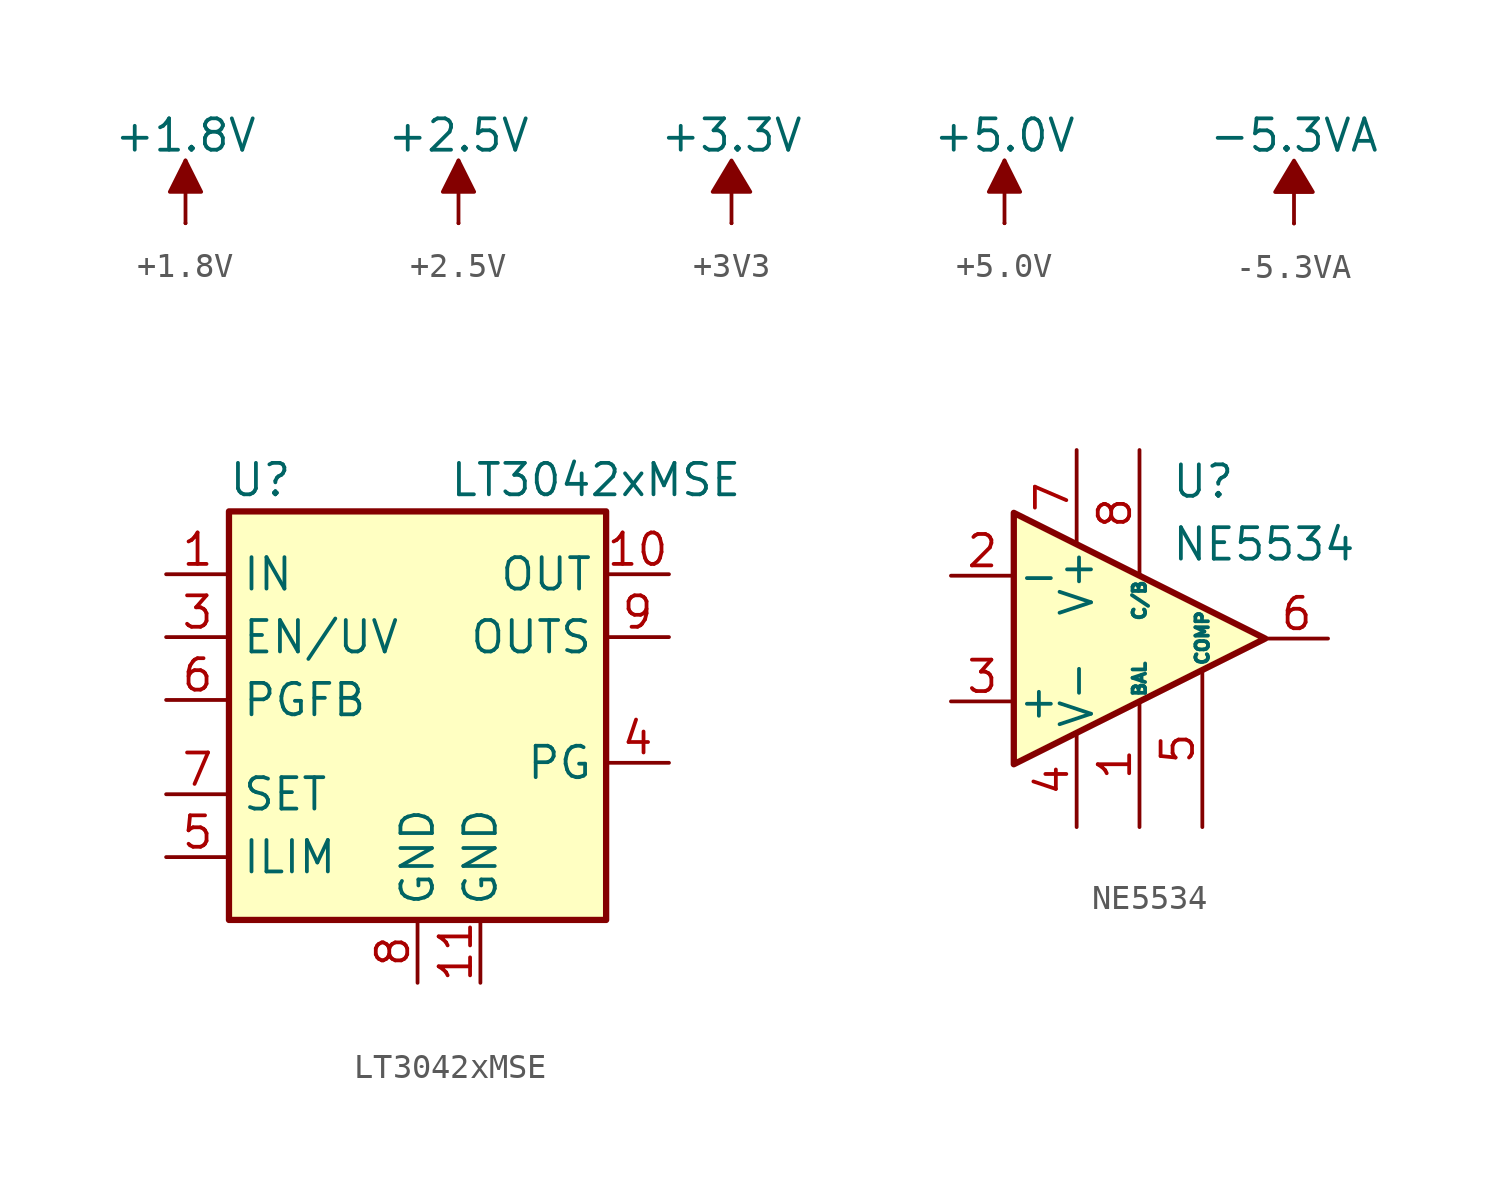
<source format=kicad_sym>
(kicad_symbol_lib
  (version 20241209)
  (generator "kicad_symbol_editor")
  (generator_version "9.0")
  (symbol "+1.8V"
    (power)
    (pin_numbers
      (hide yes))
    (pin_names
      (offset 0)
      (hide yes))
    (property "Reference" "#PWR"
      (at 0 -3.81 0)
      (effects (font (size 1.27 1.27)) (hide yes)))
    (property "Value" "+1.8V"
      (at 0 3.556 0)
      (effects (font (size 1.27 1.27))))
    (symbol "+1.8V_0_1"
      (polyline (pts (xy 0 0) (xy 0 2.54)) (stroke (width 0) (type default)) (fill (type none))))
    (symbol "+1.8V_1_1"
      (polyline (pts (xy -0.635 1.27) (xy 0.635 1.27) (xy 0 2.54) (xy -0.635 1.27)) (stroke (width 0) (type solid) (color 132 0 0 1)) (fill (type color) (color 132 0 0 1)))
      (pin power_in line (at 0 0 90) (length 0) (name "~" (effects (font (size 1.27 1.27)))) (number "1" (effects (font (size 1.27 1.27)))))))
  (symbol "+2.5V"
    (power)
    (pin_numbers
      (hide yes))
    (pin_names
      (offset 0)
      (hide yes))
    (property "Reference" "#PWR"
      (at 0 -3.81 0)
      (effects (font (size 1.27 1.27)) (hide yes)))
    (property "Value" "+2.5V"
      (at 0 3.556 0)
      (effects (font (size 1.27 1.27))))
    (symbol "+2.5V_0_1"
      (polyline (pts (xy 0 0) (xy 0 2.54)) (stroke (width 0) (type default)) (fill (type none))))
    (symbol "+2.5V_1_1"
      (polyline (pts (xy -0.635 1.27) (xy 0.635 1.27) (xy 0 2.54) (xy -0.635 1.27)) (stroke (width 0) (type solid) (color 132 0 0 1)) (fill (type color) (color 132 0 0 1)))
      (pin power_in line (at 0 0 90) (length 0) (name "~" (effects (font (size 1.27 1.27)))) (number "1" (effects (font (size 1.27 1.27)))))))
  (symbol "+3V3"
    (power)
    (pin_numbers
      (hide yes))
    (pin_names
      (offset 0)
      (hide yes))
    (property "Reference" "#PWR"
      (at 0 -3.81 0)
      (effects (font (size 1.27 1.27)) (hide yes)))
    (property "Value" "+3.3V"
      (at 0 3.556 0)
      (effects (font (size 1.27 1.27))))
    (symbol "+3V3_0_0"
      (pin power_in line (at 0 0 90) (length 0) (name "~" (effects (font (size 1.27 1.27)))) (number "1" (effects (font (size 1.27 1.27))))))
    (symbol "+3V3_0_1"
      (polyline (pts (xy 0 0) (xy 0 1.27) (xy 0.762 1.27) (xy 0 2.54) (xy -0.762 1.27) (xy 0 1.27)) (stroke (width 0) (type default)) (fill (type outline)))))
  (symbol "+5.0V"
    (power)
    (pin_numbers
      (hide yes))
    (pin_names
      (offset 0)
      (hide yes))
    (property "Reference" "#PWR"
      (at 0 -3.81 0)
      (effects (font (size 1.27 1.27)) (hide yes)))
    (property "Value" "+5.0V"
      (at 0 3.556 0)
      (effects (font (size 1.27 1.27))))
    (symbol "+5.0V_0_1"
      (polyline (pts (xy 0 0) (xy 0 2.54)) (stroke (width 0) (type default)) (fill (type none))))
    (symbol "+5.0V_1_1"
      (polyline (pts (xy -0.635 1.27) (xy 0.635 1.27) (xy 0 2.54) (xy -0.635 1.27)) (stroke (width 0) (type solid) (color 132 0 0 1)) (fill (type color) (color 132 0 0 1)))
      (pin power_in line (at 0 0 90) (length 0) (name "~" (effects (font (size 1.27 1.27)))) (number "1" (effects (font (size 1.27 1.27)))))))
  (symbol "-5.3VA"
    (power)
    (pin_numbers
      (hide yes))
    (pin_names
      (offset 0)
      (hide yes))
    (property "Reference" "#PWR"
      (at 0 -3.81 0)
      (effects (font (size 1.27 1.27)) (hide yes)))
    (property "Value" "-5.3VA"
      (at 0 3.556 0)
      (effects (font (size 1.27 1.27))))
    (symbol "-5.3VA_0_1"
      (polyline (pts (xy 0 0) (xy 0 1.27) (xy 0.762 1.27) (xy 0 2.54) (xy -0.762 1.27) (xy 0 1.27)) (stroke (width 0) (type default)) (fill (type outline))))
    (symbol "-5.3VA_1_1"
      (pin power_in line (at 0 0 90) (length 0) (name "~" (effects (font (size 1.27 1.27)))) (number "1" (effects (font (size 1.27 1.27)))))))
  (symbol "LT3042xMSE"
    (property "Reference" "U"
      (at -6.35 6.35 0)
      (effects (font (size 1.27 1.27))))
    (property "Value" "LT3042xMSE"
      (at 1.27 6.35 0)
      (effects (font (size 1.27 1.27)) (justify left)))
    (symbol "LT3042xMSE_0_1"
      (rectangle (start -7.62 5.08) (end 7.62 -11.43) (stroke (width 0.254) (type default)) (fill (type background))))
    (symbol "LT3042xMSE_1_1"
      (pin power_in line (at -10.16 2.54 0) (length 2.54) (name "IN" (effects (font (size 1.27 1.27)))) (number "1" (effects (font (size 1.27 1.27)))))
      (pin passive line (at -10.16 2.54 0) (length 2.54) (hide yes) (name "IN" (effects (font (size 1.27 1.27)))) (number "2" (effects (font (size 1.27 1.27)))))
      (pin input line (at -10.16 0 0) (length 2.54) (name "EN/UV" (effects (font (size 1.27 1.27)))) (number "3" (effects (font (size 1.27 1.27)))))
      (pin input line (at -10.16 -2.54 0) (length 2.54) (name "PGFB" (effects (font (size 1.27 1.27)))) (number "6" (effects (font (size 1.27 1.27)))))
      (pin passive line (at -10.16 -6.35 0) (length 2.54) (name "SET" (effects (font (size 1.27 1.27)))) (number "7" (effects (font (size 1.27 1.27)))))
      (pin passive line (at -10.16 -8.89 0) (length 2.54) (name "ILIM" (effects (font (size 1.27 1.27)))) (number "5" (effects (font (size 1.27 1.27)))))
      (pin power_in line (at 0 -13.97 90) (length 2.54) (name "GND" (effects (font (size 1.27 1.27)))) (number "8" (effects (font (size 1.27 1.27)))))
      (pin power_in line (at 2.54 -13.97 90) (length 2.54) (name "GND" (effects (font (size 1.27 1.27)))) (number "11" (effects (font (size 1.27 1.27)))))
      (pin power_out line (at 10.16 2.54 180) (length 2.54) (name "OUT" (effects (font (size 1.27 1.27)))) (number "10" (effects (font (size 1.27 1.27)))))
      (pin input line (at 10.16 0 180) (length 2.54) (name "OUTS" (effects (font (size 1.27 1.27)))) (number "9" (effects (font (size 1.27 1.27)))))
      (pin open_collector line (at 10.16 -5.08 180) (length 2.54) (name "PG" (effects (font (size 1.27 1.27)))) (number "4" (effects (font (size 1.27 1.27)))))))
  (symbol "NE5534"
    (pin_names
      (offset 0.127))
    (property "Reference" "U"
      (at 1.27 6.35 0)
      (effects (font (size 1.27 1.27)) (justify left)))
    (property "Value" "NE5534"
      (at 1.27 3.81 0)
      (effects (font (size 1.27 1.27)) (justify left)))
    (symbol "NE5534_0_1"
      (polyline (pts (xy -5.08 5.08) (xy 5.08 0) (xy -5.08 -5.08) (xy -5.08 5.08)) (stroke (width 0.254) (type default)) (fill (type background))))
    (symbol "NE5534_1_1"
      (pin input line (at -7.62 2.54 0) (length 2.54) (name "-" (effects (font (size 1.27 1.27)))) (number "2" (effects (font (size 1.27 1.27)))))
      (pin input line (at -7.62 -2.54 0) (length 2.54) (name "+" (effects (font (size 1.27 1.27)))) (number "3" (effects (font (size 1.27 1.27)))))
      (pin power_in line (at -2.54 7.62 270) (length 3.81) (name "V+" (effects (font (size 1.27 1.27)))) (number "7" (effects (font (size 1.27 1.27)))))
      (pin power_in line (at -2.54 -7.62 90) (length 3.81) (name "V-" (effects (font (size 1.27 1.27)))) (number "4" (effects (font (size 1.27 1.27)))))
      (pin input line (at 0 7.62 270) (length 5.08) (name "C/B" (effects (font (size 0.508 0.508)))) (number "8" (effects (font (size 1.27 1.27)))))
      (pin input line (at 0 -7.62 90) (length 5.08) (name "BAL" (effects (font (size 0.508 0.508)))) (number "1" (effects (font (size 1.27 1.27)))))
      (pin input line (at 2.54 -7.62 90) (length 6.35) (name "COMP" (effects (font (size 0.508 0.508)))) (number "5" (effects (font (size 1.27 1.27)))))
      (pin output line (at 7.62 0 180) (length 2.54) (name "~" (effects (font (size 1.27 1.27)))) (number "6" (effects (font (size 1.27 1.27))))))))
</source>
